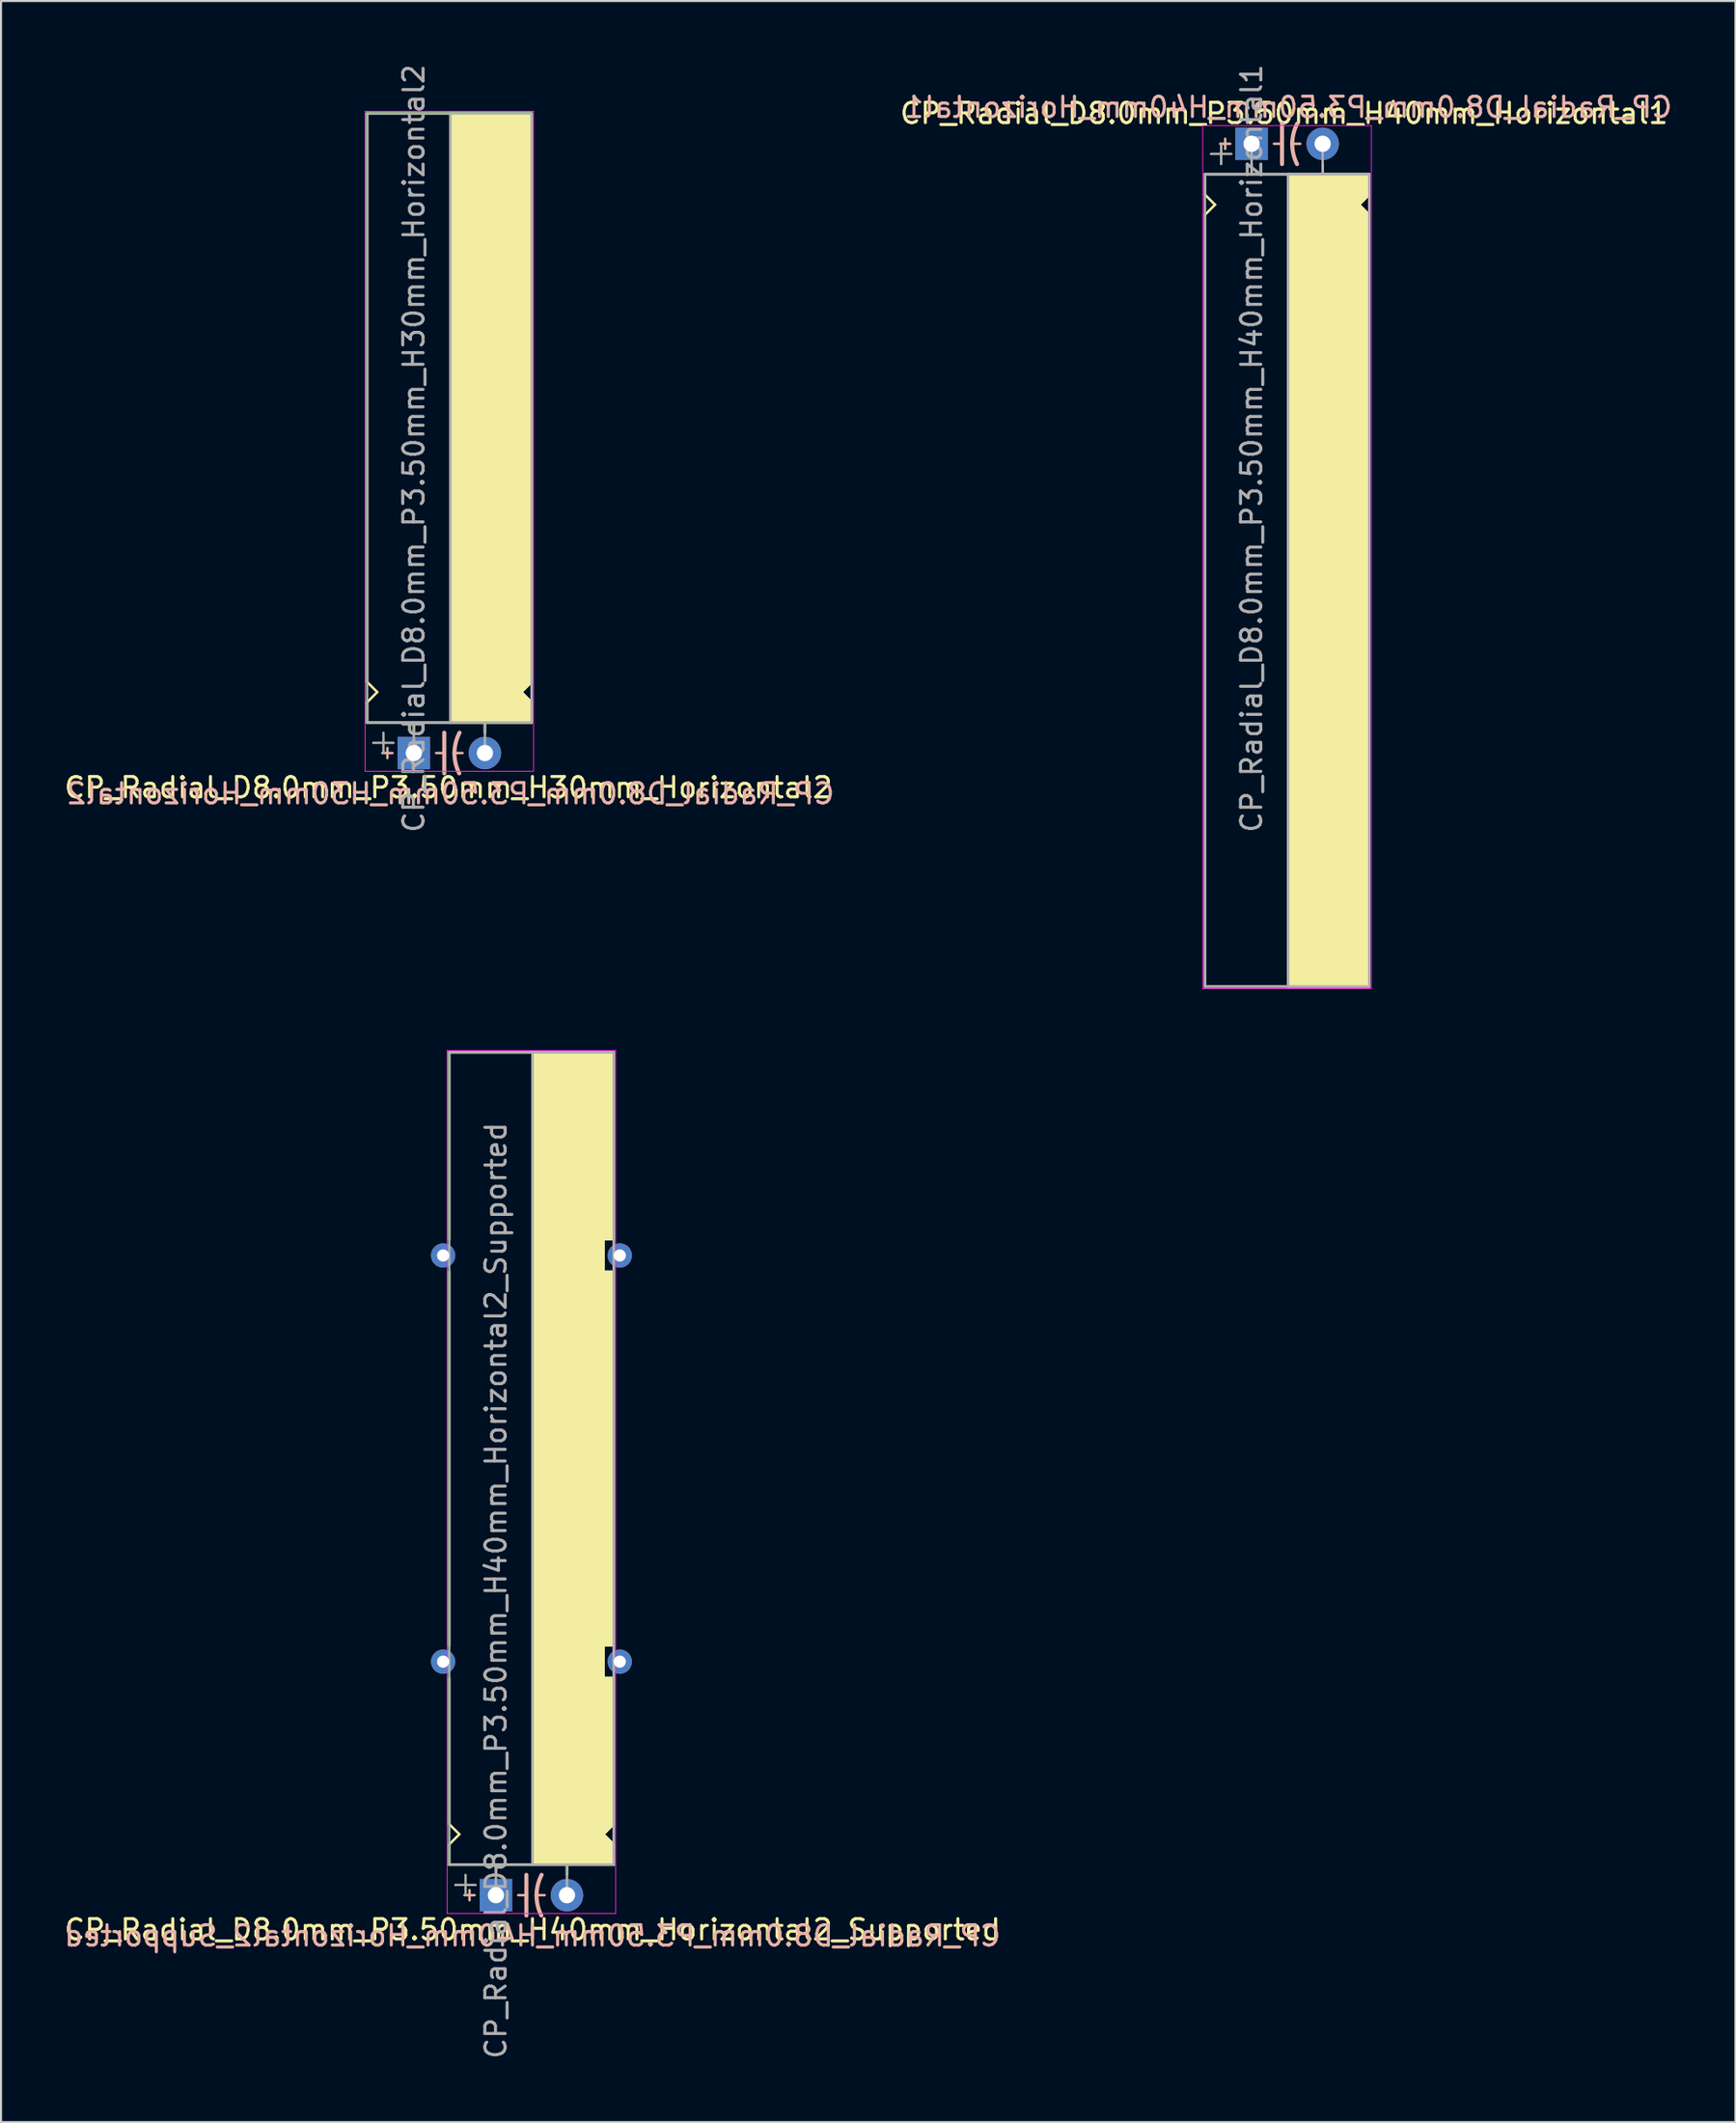
<source format=kicad_pcb>
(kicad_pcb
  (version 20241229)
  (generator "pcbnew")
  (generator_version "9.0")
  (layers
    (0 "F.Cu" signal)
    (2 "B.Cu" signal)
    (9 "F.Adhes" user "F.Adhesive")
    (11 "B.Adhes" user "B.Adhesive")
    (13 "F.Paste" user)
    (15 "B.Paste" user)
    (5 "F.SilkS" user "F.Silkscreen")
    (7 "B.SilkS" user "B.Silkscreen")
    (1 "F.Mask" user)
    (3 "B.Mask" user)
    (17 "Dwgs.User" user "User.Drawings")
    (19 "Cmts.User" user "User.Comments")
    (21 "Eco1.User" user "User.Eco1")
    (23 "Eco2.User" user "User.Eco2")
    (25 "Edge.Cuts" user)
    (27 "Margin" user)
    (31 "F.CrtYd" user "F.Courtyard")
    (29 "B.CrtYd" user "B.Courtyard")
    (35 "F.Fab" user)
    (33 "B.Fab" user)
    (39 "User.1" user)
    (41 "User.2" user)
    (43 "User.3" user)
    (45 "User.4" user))
  (footprint "CP_Radial_D8.0mm_P3.50mm_H40mm_Horizontal2_Supported"
    (layer "F.Cu")
    (at 21.373 90.27)
    (property "Reference" "CP_Radial_D8.0mm_P3.50mm_H40mm_Horizontal2_Supported" (at 1.8 1.7 0) (layer "F.SilkS") (effects (font (size 1 1) (thickness 0.15))))
    (fp_line (start -2.3 -41.5) (end 5.8 -41.5) (stroke (width 0.12) (type solid)) (layer "F.SilkS"))
    (fp_line (start -2.3 -32.3) (end -2.3 -41.5) (stroke (width 0.12) (type solid)) (layer "F.SilkS"))
    (fp_line (start -2.3 -12.3) (end -2.3 -30.7) (stroke (width 0.12) (type solid)) (layer "F.SilkS"))
    (fp_line (start -2.3 -3.5) (end -2.3 -10.7) (stroke (width 0.12) (type solid)) (layer "F.SilkS"))
    (fp_line (start -2.3 -3.5) (end -1.8 -3) (stroke (width 0.12) (type solid)) (layer "F.SilkS"))
    (fp_line (start -2.3 -2.5) (end -2.3 -1.5) (stroke (width 0.12) (type solid)) (layer "F.SilkS"))
    (fp_line (start -2.3 -1.5) (end 5.8 -1.5) (stroke (width 0.12) (type solid)) (layer "F.SilkS"))
    (fp_line (start -2 -0.5) (end -1 -0.5) (stroke (width 0.1) (type solid)) (layer "F.SilkS"))
    (fp_line (start -1.8 -3) (end -2.3 -2.5) (stroke (width 0.12) (type solid)) (layer "F.SilkS"))
    (fp_line (start -1.5 0) (end -1.5 -1) (stroke (width 0.1) (type solid)) (layer "F.SilkS"))
    (fp_line (start 0 -1) (end 0 -1.5) (stroke (width 0.12) (type solid)) (layer "F.SilkS"))
    (fp_line (start 1.8 -41.5) (end 1.8 -1.5) (stroke (width 0.12) (type solid)) (layer "F.SilkS"))
    (fp_line (start 3.5 -1) (end 3.5 -1.5) (stroke (width 0.12) (type solid)) (layer "F.SilkS"))
    (fp_line (start 5.3 -32.3) (end 5.8 -32.3) (stroke (width 0.12) (type solid)) (layer "F.SilkS"))
    (fp_line (start 5.3 -30.7) (end 5.3 -32.3) (stroke (width 0.12) (type solid)) (layer "F.SilkS"))
    (fp_line (start 5.3 -30.7) (end 5.8 -30.7) (stroke (width 0.12) (type solid)) (layer "F.SilkS"))
    (fp_line (start 5.3 -11.5) (end 5.3 -12.3) (stroke (width 0.12) (type solid)) (layer "F.SilkS"))
    (fp_line (start 5.3 -11.5) (end 5.3 -10.7) (stroke (width 0.12) (type solid)) (layer "F.SilkS"))
    (fp_line (start 5.3 -10.7) (end 5.8 -10.7) (stroke (width 0.12) (type solid)) (layer "F.SilkS"))
    (fp_line (start 5.3 -3) (end 5.8 -2.5) (stroke (width 0.12) (type solid)) (layer "F.SilkS"))
    (fp_line (start 5.8 -32.3) (end 5.8 -41.5) (stroke (width 0.12) (type solid)) (layer "F.SilkS"))
    (fp_line (start 5.8 -12.4) (end 5.8 -30.7) (stroke (width 0.12) (type solid)) (layer "F.SilkS"))
    (fp_line (start 5.8 -12.4) (end 5.8 -12.3) (stroke (width 0.12) (type solid)) (layer "F.SilkS"))
    (fp_line (start 5.8 -12.3) (end 5.3 -12.3) (stroke (width 0.12) (type solid)) (layer "F.SilkS"))
    (fp_line (start 5.8 -10.7) (end 5.8 -3.5) (stroke (width 0.12) (type solid)) (layer "F.SilkS"))
    (fp_line (start 5.8 -3.5) (end 5.3 -3) (stroke (width 0.12) (type solid)) (layer "F.SilkS"))
    (fp_line (start 5.8 -2.5) (end 5.8 -1.5) (stroke (width 0.12) (type solid)) (layer "F.SilkS"))
    (fp_poly (pts (xy 5.8 -2.5) (xy 5.3 -3) (xy 5.8 -3.5) (xy 5.8 -10.7) (xy 5.3 -10.7) (xy 5.3 -12.3) (xy 5.8 -12.3) (xy 5.8 -30.7) (xy 5.3 -30.7) (xy 5.3 -32.3) (xy 5.8 -32.3) (xy 5.8 -41.5) (xy 1.8 -41.5) (xy 1.8 -1.5) (xy 5.8 -1.5)) (stroke (width 0.1) (type solid)) (fill yes) (layer "F.SilkS"))
    (fp_line (start -1.3 -0.25) (end -1.3 0.25) (stroke (width 0.12) (type solid)) (layer "B.SilkS"))
    (fp_line (start -1.05 0) (end -1.55 0) (stroke (width 0.12) (type solid)) (layer "B.SilkS"))
    (fp_line (start 1.1 0) (end 1.5 0) (stroke (width 0.12) (type solid)) (layer "B.SilkS"))
    (fp_line (start 1.5 1) (end 1.5 -1) (stroke (width 0.2) (type solid)) (layer "B.SilkS"))
    (fp_line (start 2.4 0) (end 2 0) (stroke (width 0.12) (type solid)) (layer "B.SilkS"))
    (fp_arc (start 2 0) (mid 2.066707 -0.514573) (end 2.25 -1) (stroke (width 0.2) (type solid)) (layer "B.SilkS"))
    (fp_arc (start 2.237539 1) (mid 2.060247 0.513901) (end 2 0) (stroke (width 0.2) (type solid)) (layer "B.SilkS"))
    (fp_line (start -2.4 -41.6) (end -2.4 -1.5) (stroke (width 0.04) (type solid)) (layer "F.CrtYd"))
    (fp_line (start -2.4 -1.5) (end -2.4 0.9) (stroke (width 0.04) (type solid)) (layer "F.CrtYd"))
    (fp_line (start -2.4 0.9) (end 5.9 0.9) (stroke (width 0.04) (type solid)) (layer "F.CrtYd"))
    (fp_line (start 5.9 -41.6) (end -2.4 -41.6) (stroke (width 0.04) (type solid)) (layer "F.CrtYd"))
    (fp_line (start 5.9 0.9) (end 5.9 -41.6) (stroke (width 0.04) (type solid)) (layer "F.CrtYd"))
    (fp_line (start -2.3 -41.5) (end -2.3 -1.5) (stroke (width 0.12) (type solid)) (layer "F.Fab"))
    (fp_line (start -2.3 -1.5) (end 5.8 -1.5) (stroke (width 0.12) (type solid)) (layer "F.Fab"))
    (fp_line (start -2 -0.5) (end -1 -0.5) (stroke (width 0.1) (type solid)) (layer "F.Fab"))
    (fp_line (start -1.5 0) (end -1.5 -1) (stroke (width 0.1) (type solid)) (layer "F.Fab"))
    (fp_line (start 0 -1.5) (end 0 0) (stroke (width 0.12) (type solid)) (layer "F.Fab"))
    (fp_line (start 1.8 -1.5) (end 1.8 -41.5) (stroke (width 0.12) (type solid)) (layer "F.Fab"))
    (fp_line (start 3.5 -1.5) (end 3.5 0) (stroke (width 0.12) (type solid)) (layer "F.Fab"))
    (fp_line (start 5.8 -41.5) (end -2.3 -41.5) (stroke (width 0.12) (type solid)) (layer "F.Fab"))
    (fp_line (start 5.8 -1.5) (end 5.8 -41.5) (stroke (width 0.12) (type solid)) (layer "F.Fab"))
    (fp_poly (pts (xy 5.8 -41.5) (xy 1.8 -41.5) (xy 1.8 -1.5) (xy 5.8 -1.5)) (stroke (width 0.1) (type solid)) (fill no) (layer "F.Fab"))
    (fp_text user "${REFERENCE}" (at 1.8 2 0) (layer "B.SilkS") (effects (font (size 1 1) (thickness 0.15)) (justify mirror)))
    (fp_text user "${REFERENCE}" (at 0 -15 90) (layer "F.Fab") (effects (font (size 1 1) (thickness 0.15))))
    (pad "1" thru_hole rect (at 0 0) (size 1.6 1.6) (drill 0.8) (layers "*.Cu" "*.Mask"))
    (pad "2" thru_hole circle (at 3.5 0) (size 1.6 1.6) (drill 0.8) (layers "*.Cu" "*.Mask"))
    (pad "~" thru_hole circle (at -2.6 -31.5 180) (size 1.2 1.2) (drill 0.6) (layers "*.Cu" "*.Mask"))
    (pad "~" thru_hole circle (at -2.6 -11.5 180) (size 1.2 1.2) (drill 0.6) (layers "*.Cu" "*.Mask"))
    (pad "~" thru_hole circle (at 6.1 -31.5 180) (size 1.2 1.2) (drill 0.6) (layers "*.Cu" "*.Mask"))
    (pad "~" thru_hole circle (at 6.1 -11.5 180) (size 1.2 1.2) (drill 0.6) (layers "*.Cu" "*.Mask")))
  (footprint "CP_Radial_D8.0mm_P3.50mm_H30mm_Horizontal2"
    (layer "F.Cu")
    (at 17.33 34.03)
    (property "Reference" "CP_Radial_D8.0mm_P3.50mm_H30mm_Horizontal2" (at 1.7 1.7 0) (layer "F.SilkS") (effects (font (size 1 1) (thickness 0.15))))
    (fp_line (start -2.3 -31.5) (end 5.8 -31.5) (stroke (width 0.12) (type solid)) (layer "F.SilkS"))
    (fp_line (start -2.3 -3.5) (end -2.3 -31.5) (stroke (width 0.12) (type solid)) (layer "F.SilkS"))
    (fp_line (start -2.3 -3.5) (end -1.8 -3) (stroke (width 0.12) (type solid)) (layer "F.SilkS"))
    (fp_line (start -2.3 -2.5) (end -2.3 -1.5) (stroke (width 0.12) (type solid)) (layer "F.SilkS"))
    (fp_line (start -2.3 -1.5) (end 5.8 -1.5) (stroke (width 0.12) (type solid)) (layer "F.SilkS"))
    (fp_line (start -2 -0.5) (end -1 -0.5) (stroke (width 0.1) (type solid)) (layer "F.SilkS"))
    (fp_line (start -1.8 -3) (end -2.3 -2.5) (stroke (width 0.12) (type solid)) (layer "F.SilkS"))
    (fp_line (start -1.5 0) (end -1.5 -1) (stroke (width 0.1) (type solid)) (layer "F.SilkS"))
    (fp_line (start 0 -1) (end 0 -1.5) (stroke (width 0.12) (type solid)) (layer "F.SilkS"))
    (fp_line (start 1.8 -31.5) (end 1.8 -1.5) (stroke (width 0.12) (type solid)) (layer "F.SilkS"))
    (fp_line (start 3.5 -1) (end 3.5 -1.5) (stroke (width 0.12) (type solid)) (layer "F.SilkS"))
    (fp_line (start 5.3 -3) (end 5.8 -3.5) (stroke (width 0.12) (type solid)) (layer "F.SilkS"))
    (fp_line (start 5.8 -11.5) (end 5.8 -31.5) (stroke (width 0.12) (type solid)) (layer "F.SilkS"))
    (fp_line (start 5.8 -3.5) (end 5.8 -11.5) (stroke (width 0.12) (type solid)) (layer "F.SilkS"))
    (fp_line (start 5.8 -2.5) (end 5.3 -3) (stroke (width 0.12) (type solid)) (layer "F.SilkS"))
    (fp_line (start 5.8 -1.5) (end 5.8 -2.5) (stroke (width 0.12) (type solid)) (layer "F.SilkS"))
    (fp_poly (pts (xy 5.8 -3.5) (xy 5.3 -3) (xy 5.8 -2.5) (xy 5.8 -1.5) (xy 1.8 -1.5) (xy 1.8 -31.5) (xy 5.8 -31.5)) (stroke (width 0.1) (type solid)) (fill yes) (layer "F.SilkS"))
    (fp_line (start -1.3 -0.25) (end -1.3 0.25) (stroke (width 0.12) (type solid)) (layer "B.SilkS"))
    (fp_line (start -1.05 0) (end -1.55 0) (stroke (width 0.12) (type solid)) (layer "B.SilkS"))
    (fp_line (start 1.1 0) (end 1.5 0) (stroke (width 0.12) (type solid)) (layer "B.SilkS"))
    (fp_line (start 1.5 1) (end 1.5 -1) (stroke (width 0.2) (type solid)) (layer "B.SilkS"))
    (fp_line (start 2.4 0) (end 2 0) (stroke (width 0.12) (type solid)) (layer "B.SilkS"))
    (fp_arc (start 2 0) (mid 2.066707 -0.514573) (end 2.25 -1) (stroke (width 0.2) (type solid)) (layer "B.SilkS"))
    (fp_arc (start 2.237539 1) (mid 2.060247 0.513901) (end 2 0) (stroke (width 0.2) (type solid)) (layer "B.SilkS"))
    (fp_line (start -2.4 -31.6) (end -2.4 -1.5) (stroke (width 0.04) (type solid)) (layer "F.CrtYd"))
    (fp_line (start -2.4 -1.5) (end -2.4 0.9) (stroke (width 0.04) (type solid)) (layer "F.CrtYd"))
    (fp_line (start -2.4 0.9) (end 5.9 0.9) (stroke (width 0.04) (type solid)) (layer "F.CrtYd"))
    (fp_line (start 5.9 -31.6) (end -2.4 -31.6) (stroke (width 0.04) (type solid)) (layer "F.CrtYd"))
    (fp_line (start 5.9 0.9) (end 5.9 -31.6) (stroke (width 0.04) (type solid)) (layer "F.CrtYd"))
    (fp_line (start -2.3 -31.5) (end -2.3 -1.5) (stroke (width 0.12) (type solid)) (layer "F.Fab"))
    (fp_line (start -2.3 -1.5) (end 5.8 -1.5) (stroke (width 0.12) (type solid)) (layer "F.Fab"))
    (fp_line (start -2 -0.5) (end -1 -0.5) (stroke (width 0.1) (type solid)) (layer "F.Fab"))
    (fp_line (start -1.5 0) (end -1.5 -1) (stroke (width 0.1) (type solid)) (layer "F.Fab"))
    (fp_line (start 0 -1.5) (end 0 0) (stroke (width 0.12) (type solid)) (layer "F.Fab"))
    (fp_line (start 1.8 -1.5) (end 1.8 -31.5) (stroke (width 0.12) (type solid)) (layer "F.Fab"))
    (fp_line (start 3.5 -1.5) (end 3.5 0) (stroke (width 0.12) (type solid)) (layer "F.Fab"))
    (fp_line (start 5.8 -31.5) (end -2.3 -31.5) (stroke (width 0.12) (type solid)) (layer "F.Fab"))
    (fp_line (start 5.8 -1.5) (end 5.8 -31.5) (stroke (width 0.12) (type solid)) (layer "F.Fab"))
    (fp_poly (pts (xy 5.8 -31.5) (xy 1.8 -31.5) (xy 1.8 -1.5) (xy 5.8 -1.5)) (stroke (width 0.1) (type solid)) (fill no) (layer "F.Fab"))
    (fp_text user "${REFERENCE}" (at 1.8 2 0) (layer "B.SilkS") (effects (font (size 1 1) (thickness 0.15)) (justify mirror)))
    (fp_text user "${REFERENCE}" (at 0 -15 90) (layer "F.Fab") (effects (font (size 1 1) (thickness 0.15))))
    (pad "1" thru_hole rect (at 0 0) (size 1.6 1.6) (drill 0.8) (layers "*.Cu" "*.Mask"))
    (pad "2" thru_hole circle (at 3.5 0) (size 1.6 1.6) (drill 0.8) (layers "*.Cu" "*.Mask")))
  (footprint "CP_Radial_D8.0mm_P3.50mm_H40mm_Horizontal1"
    (layer "F.Cu")
    (at 58.589 4.03)
    (property "Reference" "CP_Radial_D8.0mm_P3.50mm_H40mm_Horizontal1" (at 1.6 -1.5 0) (layer "F.SilkS") (effects (font (size 1 1) (thickness 0.15))))
    (fp_line (start -2.3 1.5) (end 5.8 1.5) (stroke (width 0.12) (type solid)) (layer "F.SilkS"))
    (fp_line (start -2.3 2.5) (end -2.3 1.5) (stroke (width 0.12) (type solid)) (layer "F.SilkS"))
    (fp_line (start -2.3 3.5) (end -2.3 41.5) (stroke (width 0.12) (type solid)) (layer "F.SilkS"))
    (fp_line (start -2.3 3.5) (end -1.8 3) (stroke (width 0.12) (type solid)) (layer "F.SilkS"))
    (fp_line (start -2.3 41.5) (end 5.8 41.5) (stroke (width 0.12) (type solid)) (layer "F.SilkS"))
    (fp_line (start -2 0.5) (end -1 0.5) (stroke (width 0.1) (type solid)) (layer "F.SilkS"))
    (fp_line (start -1.8 3) (end -2.3 2.5) (stroke (width 0.12) (type solid)) (layer "F.SilkS"))
    (fp_line (start -1.5 1) (end -1.5 0) (stroke (width 0.1) (type solid)) (layer "F.SilkS"))
    (fp_line (start 0 1) (end 0 1.5) (stroke (width 0.12) (type solid)) (layer "F.SilkS"))
    (fp_line (start 1.8 41.5) (end 1.8 1.5) (stroke (width 0.12) (type solid)) (layer "F.SilkS"))
    (fp_line (start 3.5 1) (end 3.5 1.5) (stroke (width 0.12) (type solid)) (layer "F.SilkS"))
    (fp_line (start 5.3 3) (end 5.8 2.5) (stroke (width 0.12) (type solid)) (layer "F.SilkS"))
    (fp_line (start 5.8 2.5) (end 5.8 1.5) (stroke (width 0.12) (type solid)) (layer "F.SilkS"))
    (fp_line (start 5.8 3.5) (end 5.3 3) (stroke (width 0.12) (type solid)) (layer "F.SilkS"))
    (fp_line (start 5.8 11.5) (end 5.8 3.5) (stroke (width 0.12) (type solid)) (layer "F.SilkS"))
    (fp_line (start 5.8 11.5) (end 5.8 41.5) (stroke (width 0.12) (type solid)) (layer "F.SilkS"))
    (fp_line (start 5.8 21.5) (end 5.7 21.5) (stroke (width 0.12) (type solid)) (layer "F.SilkS"))
    (fp_poly (pts (xy 5.8 2.5) (xy 5.3 3) (xy 5.8 3.5) (xy 5.8 41.5) (xy 1.8 41.5) (xy 1.8 1.5) (xy 5.8 1.5)) (stroke (width 0.1) (type solid)) (fill yes) (layer "F.SilkS"))
    (fp_line (start -1.3 -0.25) (end -1.3 0.25) (stroke (width 0.12) (type solid)) (layer "B.SilkS"))
    (fp_line (start -1.05 0) (end -1.55 0) (stroke (width 0.12) (type solid)) (layer "B.SilkS"))
    (fp_line (start 1.1 0) (end 1.5 0) (stroke (width 0.12) (type solid)) (layer "B.SilkS"))
    (fp_line (start 1.5 1) (end 1.5 -1) (stroke (width 0.2) (type solid)) (layer "B.SilkS"))
    (fp_line (start 2.4 0) (end 2 0) (stroke (width 0.12) (type solid)) (layer "B.SilkS"))
    (fp_arc (start 2 0) (mid 2.066707 -0.514573) (end 2.25 -1) (stroke (width 0.2) (type solid)) (layer "B.SilkS"))
    (fp_arc (start 2.237539 1) (mid 2.060247 0.513901) (end 2 0) (stroke (width 0.2) (type solid)) (layer "B.SilkS"))
    (fp_line (start -2.4 -0.9) (end 5.9 -0.9) (stroke (width 0.04) (type solid)) (layer "F.CrtYd"))
    (fp_line (start -2.4 1.5) (end -2.4 -0.9) (stroke (width 0.04) (type solid)) (layer "F.CrtYd"))
    (fp_line (start -2.4 41.6) (end -2.4 1.5) (stroke (width 0.04) (type solid)) (layer "F.CrtYd"))
    (fp_line (start 5.9 -0.9) (end 5.9 41.6) (stroke (width 0.04) (type solid)) (layer "F.CrtYd"))
    (fp_line (start 5.9 41.6) (end -2.4 41.6) (stroke (width 0.04) (type solid)) (layer "F.CrtYd"))
    (fp_line (start -2.3 1.5) (end 5.8 1.5) (stroke (width 0.12) (type solid)) (layer "F.Fab"))
    (fp_line (start -2.3 41.5) (end -2.3 1.5) (stroke (width 0.12) (type solid)) (layer "F.Fab"))
    (fp_line (start -2 0.5) (end -1 0.5) (stroke (width 0.1) (type solid)) (layer "F.Fab"))
    (fp_line (start -1.5 1) (end -1.5 0) (stroke (width 0.1) (type solid)) (layer "F.Fab"))
    (fp_line (start 0 1.5) (end 0 0) (stroke (width 0.12) (type solid)) (layer "F.Fab"))
    (fp_line (start 1.8 1.5) (end 1.8 41.5) (stroke (width 0.12) (type solid)) (layer "F.Fab"))
    (fp_line (start 3.5 1.5) (end 3.5 0) (stroke (width 0.12) (type solid)) (layer "F.Fab"))
    (fp_line (start 5.8 1.5) (end 5.8 41.5) (stroke (width 0.12) (type solid)) (layer "F.Fab"))
    (fp_line (start 5.8 41.5) (end -2.3 41.5) (stroke (width 0.12) (type solid)) (layer "F.Fab"))
    (fp_poly (pts (xy 5.8 41.5) (xy 1.8 41.5) (xy 1.8 1.5) (xy 5.8 1.5)) (stroke (width 0.1) (type solid)) (fill no) (layer "F.Fab"))
    (fp_text user "${REFERENCE}" (at 1.8 -1.8 0) (layer "B.SilkS") (effects (font (size 1 1) (thickness 0.15)) (justify mirror)))
    (fp_text user "${REFERENCE}" (at 0 15 90) (layer "F.Fab") (effects (font (size 1 1) (thickness 0.15))))
    (pad "1" thru_hole rect (at 0 0) (size 1.6 1.6) (drill 0.8) (layers "*.Cu" "*.Mask"))
    (pad "2" thru_hole circle (at 3.5 0) (size 1.6 1.6) (drill 0.8) (layers "*.Cu" "*.Mask")))
  (gr_rect
    (start -3 -3)
    (end 82.419 101.442)
    (stroke (width 0.1) (type default))
    (fill no)
    (layer "Edge.Cuts")))
</source>
